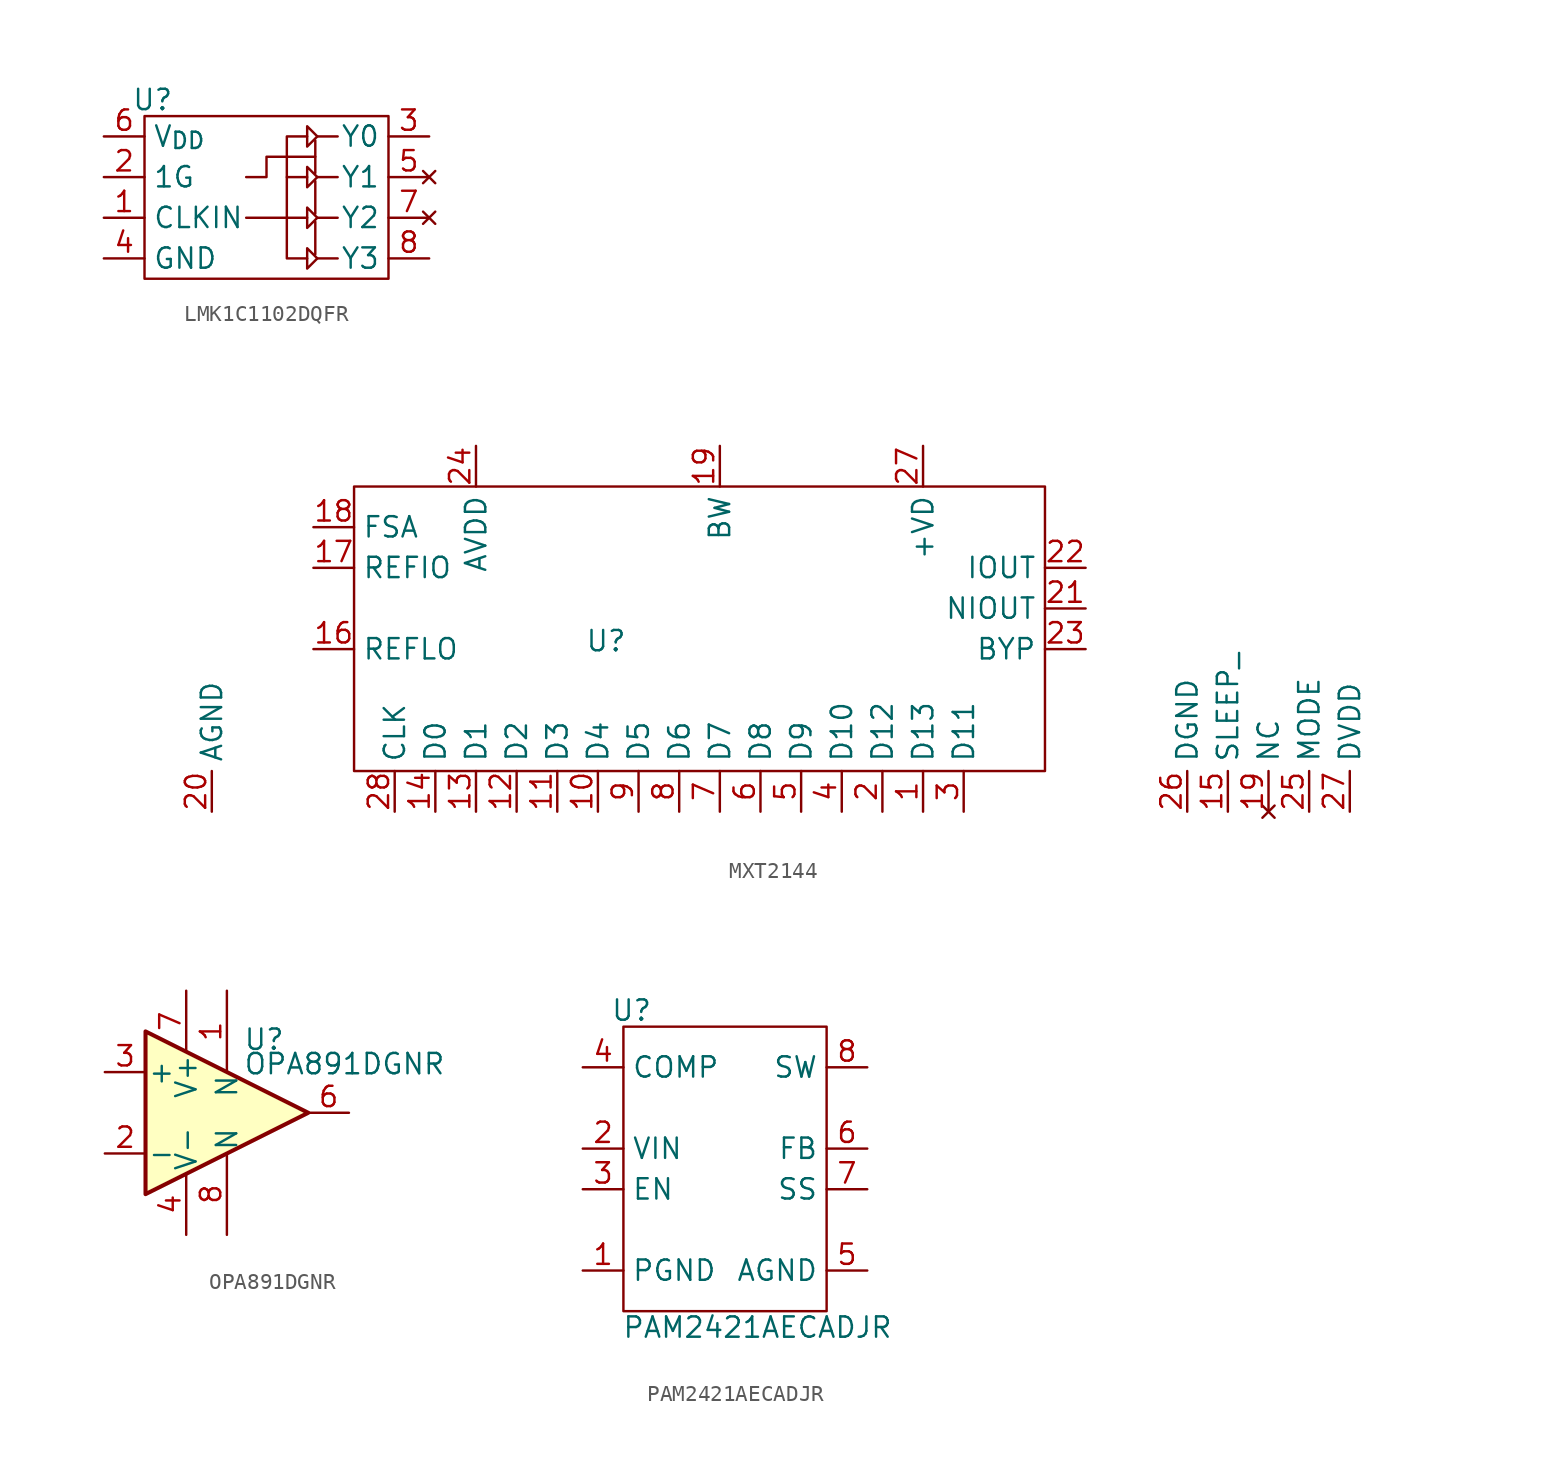
<source format=kicad_sym>
(kicad_symbol_lib
  (version 20241209)
  (generator "kicad_symbol_editor")
  (generator_version "9.0")
  (symbol "LMK1C1102DQFR"
    (property "Reference" "U"
      (at 0.508 1.016 0)
      (effects (font (size 1.27 1.27))))
    (property "Value" ""
      (at 0 0 0)
      (effects (font (size 1.27 1.27))))
    (symbol "LMK1C1102DQFR_0_1"
      (rectangle (start 0 0) (end 15.24 -10.16) (stroke (width 0) (type default)) (fill (type none)))
      (polyline (pts (xy 6.35 -3.81) (xy 7.62 -3.81) (xy 7.62 -2.54) (xy 10.414 -2.54) (xy 10.16 -2.54) (xy 10.668 -2.54) (xy 10.668 -1.524)) (stroke (width 0) (type default)) (fill (type none)))
      (polyline (pts (xy 6.35 -6.35) (xy 8.89 -6.35) (xy 8.89 -1.27) (xy 10.16 -1.27)) (stroke (width 0) (type default)) (fill (type none)))
      (polyline (pts (xy 8.89 -3.81) (xy 10.16 -3.81)) (stroke (width 0) (type default)) (fill (type none)))
      (polyline (pts (xy 8.89 -6.35) (xy 8.89 -8.89) (xy 10.16 -8.89)) (stroke (width 0) (type default)) (fill (type none)))
      (polyline (pts (xy 8.89 -6.35) (xy 10.16 -6.35)) (stroke (width 0) (type default)) (fill (type none)))
      (polyline (pts (xy 10.16 -0.635) (xy 10.16 -1.905) (xy 10.795 -1.27) (xy 10.16 -0.635)) (stroke (width 0) (type default)) (fill (type none)))
      (polyline (pts (xy 10.16 -3.175) (xy 10.16 -4.445) (xy 10.795 -3.81) (xy 10.16 -3.175)) (stroke (width 0) (type default)) (fill (type none)))
      (polyline (pts (xy 10.16 -5.715) (xy 10.16 -6.985) (xy 10.795 -6.35) (xy 10.16 -5.715)) (stroke (width 0) (type default)) (fill (type none)))
      (polyline (pts (xy 10.16 -8.255) (xy 10.16 -9.525) (xy 10.795 -8.89) (xy 10.16 -8.255)) (stroke (width 0) (type default)) (fill (type none)))
      (polyline (pts (xy 10.668 -2.54) (xy 10.668 -3.556)) (stroke (width 0) (type default)) (fill (type none)))
      (polyline (pts (xy 10.668 -4.064) (xy 10.668 -6.096)) (stroke (width 0) (type default)) (fill (type none)))
      (polyline (pts (xy 10.668 -6.604) (xy 10.668 -8.636)) (stroke (width 0) (type default)) (fill (type none)))
      (polyline (pts (xy 10.795 -1.27) (xy 12.065 -1.27)) (stroke (width 0) (type default)) (fill (type none)))
      (polyline (pts (xy 10.795 -3.81) (xy 12.065 -3.81)) (stroke (width 0) (type default)) (fill (type none)))
      (polyline (pts (xy 10.795 -6.35) (xy 12.065 -6.35)) (stroke (width 0) (type default)) (fill (type none)))
      (polyline (pts (xy 10.795 -8.89) (xy 12.065 -8.89)) (stroke (width 0) (type default)) (fill (type none))))
    (symbol "LMK1C1102DQFR_1_1"
      (pin power_in line (at -2.54 -1.27 0) (length 2.54) (name "V_{DD}" (effects (font (size 1.27 1.27)))) (number "6" (effects (font (size 1.27 1.27)))))
      (pin input line (at -2.54 -3.81 0) (length 2.54) (name "1G" (effects (font (size 1.27 1.27)))) (number "2" (effects (font (size 1.27 1.27)))))
      (pin input line (at -2.54 -6.35 0) (length 2.54) (name "CLKIN" (effects (font (size 1.27 1.27)))) (number "1" (effects (font (size 1.27 1.27)))))
      (pin power_in line (at -2.54 -8.89 0) (length 2.54) (name "GND" (effects (font (size 1.27 1.27)))) (number "4" (effects (font (size 1.27 1.27)))))
      (pin output line (at 17.78 -1.27 180) (length 2.54) (name "Y0" (effects (font (size 1.27 1.27)))) (number "3" (effects (font (size 1.27 1.27)))))
      (pin no_connect line (at 17.78 -3.81 180) (length 2.54) (name "Y1" (effects (font (size 1.27 1.27)))) (number "5" (effects (font (size 1.27 1.27)))))
      (pin no_connect line (at 17.78 -6.35 180) (length 2.54) (name "Y2" (effects (font (size 1.27 1.27)))) (number "7" (effects (font (size 1.27 1.27)))))
      (pin output line (at 17.78 -8.89 180) (length 2.54) (name "Y3" (effects (font (size 1.27 1.27)))) (number "8" (effects (font (size 1.27 1.27)))))))
  (symbol "MXT2144"
    (property "Reference" "U"
      (at 0.508 0.508 0)
      (effects (font (size 1.27 1.27))))
    (property "Value" ""
      (at 0 0 0)
      (effects (font (size 1.27 1.27))))
    (symbol "MXT2144_0_1"
      (rectangle (start -15.24 10.16) (end 27.94 -7.62) (stroke (width 0) (type default)) (fill (type none))))
    (symbol "MXT2144_1_0"
      (pin passive line (at 39.37 -10.16 90) (length 2.54) (name "SLEEP_" (effects (font (size 1.27 1.27)))) (number "15" (effects (font (size 1.27 1.27)))))
      (pin no_connect line (at 41.91 -10.16 90) (length 2.54) (name "NC" (effects (font (size 1.27 1.27)))) (number "19" (effects (font (size 1.27 1.27)))))
      (pin passive line (at 44.45 -10.16 90) (length 2.54) (name "MODE" (effects (font (size 1.27 1.27)))) (number "25" (effects (font (size 1.27 1.27)))))
      (pin passive line (at 46.99 -10.16 90) (length 2.54) (name "DVDD" (effects (font (size 1.27 1.27)))) (number "27" (effects (font (size 1.27 1.27))))))
    (symbol "MXT2144_1_1"
      (pin passive line (at -24.13 -10.16 90) (length 2.54) (name "AGND" (effects (font (size 1.27 1.27)))) (number "20" (effects (font (size 1.27 1.27)))))
      (pin passive line (at -17.78 7.62 0) (length 2.54) (name "FSA" (effects (font (size 1.27 1.27)))) (number "18" (effects (font (size 1.27 1.27)))))
      (pin passive line (at -17.78 5.08 0) (length 2.54) (name "REFIO" (effects (font (size 1.27 1.27)))) (number "17" (effects (font (size 1.27 1.27)))))
      (pin passive line (at -17.78 0 0) (length 2.54) (name "REFLO" (effects (font (size 1.27 1.27)))) (number "16" (effects (font (size 1.27 1.27)))))
      (pin passive line (at -12.7 -10.16 90) (length 2.54) (name "CLK" (effects (font (size 1.27 1.27)))) (number "28" (effects (font (size 1.27 1.27)))))
      (pin passive line (at -10.16 -10.16 90) (length 2.54) (name "D0" (effects (font (size 1.27 1.27)))) (number "14" (effects (font (size 1.27 1.27)))))
      (pin passive line (at -7.62 12.7 270) (length 2.54) (name "AVDD" (effects (font (size 1.27 1.27)))) (number "24" (effects (font (size 1.27 1.27)))))
      (pin passive line (at -7.62 -10.16 90) (length 2.54) (name "D1" (effects (font (size 1.27 1.27)))) (number "13" (effects (font (size 1.27 1.27)))))
      (pin passive line (at -5.08 -10.16 90) (length 2.54) (name "D2" (effects (font (size 1.27 1.27)))) (number "12" (effects (font (size 1.27 1.27)))))
      (pin passive line (at -2.54 -10.16 90) (length 2.54) (name "D3" (effects (font (size 1.27 1.27)))) (number "11" (effects (font (size 1.27 1.27)))))
      (pin passive line (at 0 -10.16 90) (length 2.54) (name "D4" (effects (font (size 1.27 1.27)))) (number "10" (effects (font (size 1.27 1.27)))))
      (pin passive line (at 2.54 -10.16 90) (length 2.54) (name "D5" (effects (font (size 1.27 1.27)))) (number "9" (effects (font (size 1.27 1.27)))))
      (pin passive line (at 5.08 -10.16 90) (length 2.54) (name "D6" (effects (font (size 1.27 1.27)))) (number "8" (effects (font (size 1.27 1.27)))))
      (pin passive line (at 7.62 12.7 270) (length 2.54) (name "BW" (effects (font (size 1.27 1.27)))) (number "19" (effects (font (size 1.27 1.27)))))
      (pin passive line (at 7.62 -10.16 90) (length 2.54) (name "D7" (effects (font (size 1.27 1.27)))) (number "7" (effects (font (size 1.27 1.27)))))
      (pin passive line (at 10.16 -10.16 90) (length 2.54) (name "D8" (effects (font (size 1.27 1.27)))) (number "6" (effects (font (size 1.27 1.27)))))
      (pin passive line (at 12.7 -10.16 90) (length 2.54) (name "D9" (effects (font (size 1.27 1.27)))) (number "5" (effects (font (size 1.27 1.27)))))
      (pin passive line (at 15.24 -10.16 90) (length 2.54) (name "D10" (effects (font (size 1.27 1.27)))) (number "4" (effects (font (size 1.27 1.27)))))
      (pin passive line (at 17.78 -10.16 90) (length 2.54) (name "D12" (effects (font (size 1.27 1.27)))) (number "2" (effects (font (size 1.27 1.27)))))
      (pin passive line (at 20.32 12.7 270) (length 2.54) (name "+VD" (effects (font (size 1.27 1.27)))) (number "27" (effects (font (size 1.27 1.27)))))
      (pin passive line (at 20.32 -10.16 90) (length 2.54) (name "D13" (effects (font (size 1.27 1.27)))) (number "1" (effects (font (size 1.27 1.27)))))
      (pin passive line (at 22.86 -10.16 90) (length 2.54) (name "D11" (effects (font (size 1.27 1.27)))) (number "3" (effects (font (size 1.27 1.27)))))
      (pin passive line (at 30.48 5.08 180) (length 2.54) (name "IOUT" (effects (font (size 1.27 1.27)))) (number "22" (effects (font (size 1.27 1.27)))))
      (pin passive line (at 30.48 2.54 180) (length 2.54) (name "NIOUT" (effects (font (size 1.27 1.27)))) (number "21" (effects (font (size 1.27 1.27)))))
      (pin passive line (at 30.48 0 180) (length 2.54) (name "BYP" (effects (font (size 1.27 1.27)))) (number "23" (effects (font (size 1.27 1.27)))))
      (pin passive line (at 36.83 -10.16 90) (length 2.54) (name "DGND" (effects (font (size 1.27 1.27)))) (number "26" (effects (font (size 1.27 1.27)))))))
  (symbol "OPA891DGNR"
    (pin_names
      (offset 0.127))
    (property "Reference" "U"
      (at 1.016 4.572 0)
      (effects (font (size 1.27 1.27)) (justify left)))
    (property "Value" "OPA891DGNR"
      (at 1.016 3.048 0)
      (effects (font (size 1.27 1.27)) (justify left)))
    (symbol "OPA891DGNR_0_1"
      (polyline (pts (xy -5.08 5.08) (xy 5.08 0) (xy -5.08 -5.08) (xy -5.08 5.08)) (stroke (width 0.254) (type default)) (fill (type background)))
      (pin power_in line (at -2.54 7.62 270) (length 3.81) (name "V+" (effects (font (size 1.27 1.27)))) (number "7" (effects (font (size 1.27 1.27)))))
      (pin power_in line (at -2.54 -7.62 90) (length 3.81) (name "V-" (effects (font (size 1.27 1.27)))) (number "4" (effects (font (size 1.27 1.27))))))
    (symbol "OPA891DGNR_1_1"
      (pin input line (at -7.62 2.54 0) (length 2.54) (name "+" (effects (font (size 1.27 1.27)))) (number "3" (effects (font (size 1.27 1.27)))))
      (pin input line (at -7.62 -2.54 0) (length 2.54) (name "-" (effects (font (size 1.27 1.27)))) (number "2" (effects (font (size 1.27 1.27)))))
      (pin input line (at 0 7.62 270) (length 5.08) (name "N" (effects (font (size 1.27 1.27)))) (number "1" (effects (font (size 1.27 1.27)))))
      (pin input line (at 0 -7.62 90) (length 5.08) (name "N" (effects (font (size 1.27 1.27)))) (number "8" (effects (font (size 1.27 1.27)))))
      (pin no_connect line (at 2.54 -5.08 90) (length 3.81) (hide yes) (name "NC" (effects (font (size 1.27 1.27)))) (number "5" (effects (font (size 1.27 1.27)))))
      (pin output line (at 7.62 0 180) (length 2.54) (name "~" (effects (font (size 1.27 1.27)))) (number "6" (effects (font (size 1.27 1.27)))))))
  (symbol "PAM2421AECADJR"
    (property "Reference" "U"
      (at 0.508 3.556 0)
      (effects (font (size 1.27 1.27))))
    (property "Value" "PAM2421AECADJR"
      (at 8.382 -16.256 0)
      (effects (font (size 1.27 1.27))))
    (symbol "PAM2421AECADJR_0_0"
      (pin unspecified line (at -2.54 0 0) (length 2.54) (name "COMP" (effects (font (size 1.27 1.27)))) (number "4" (effects (font (size 1.27 1.27)))))
      (pin unspecified line (at -2.54 -5.08 0) (length 2.54) (name "VIN" (effects (font (size 1.27 1.27)))) (number "2" (effects (font (size 1.27 1.27)))))
      (pin unspecified line (at -2.54 -12.7 0) (length 2.54) (name "PGND" (effects (font (size 1.27 1.27)))) (number "1" (effects (font (size 1.27 1.27)))))
      (pin unspecified line (at 15.24 -12.7 180) (length 2.54) (name "AGND" (effects (font (size 1.27 1.27)))) (number "5" (effects (font (size 1.27 1.27))))))
    (symbol "PAM2421AECADJR_0_1"
      (rectangle (start 0 2.54) (end 12.7 -15.24) (stroke (width 0) (type default)) (fill (type none))))
    (symbol "PAM2421AECADJR_1_0"
      (pin unspecified line (at -2.54 -7.62 0) (length 2.54) (name "EN" (effects (font (size 1.27 1.27)))) (number "3" (effects (font (size 1.27 1.27)))))
      (pin unspecified line (at 15.24 0 180) (length 2.54) (name "SW" (effects (font (size 1.27 1.27)))) (number "8" (effects (font (size 1.27 1.27)))))
      (pin unspecified line (at 15.24 -5.08 180) (length 2.54) (name "FB" (effects (font (size 1.27 1.27)))) (number "6" (effects (font (size 1.27 1.27)))))
      (pin unspecified line (at 15.24 -7.62 180) (length 2.54) (name "SS" (effects (font (size 1.27 1.27)))) (number "7" (effects (font (size 1.27 1.27))))))))
</source>
